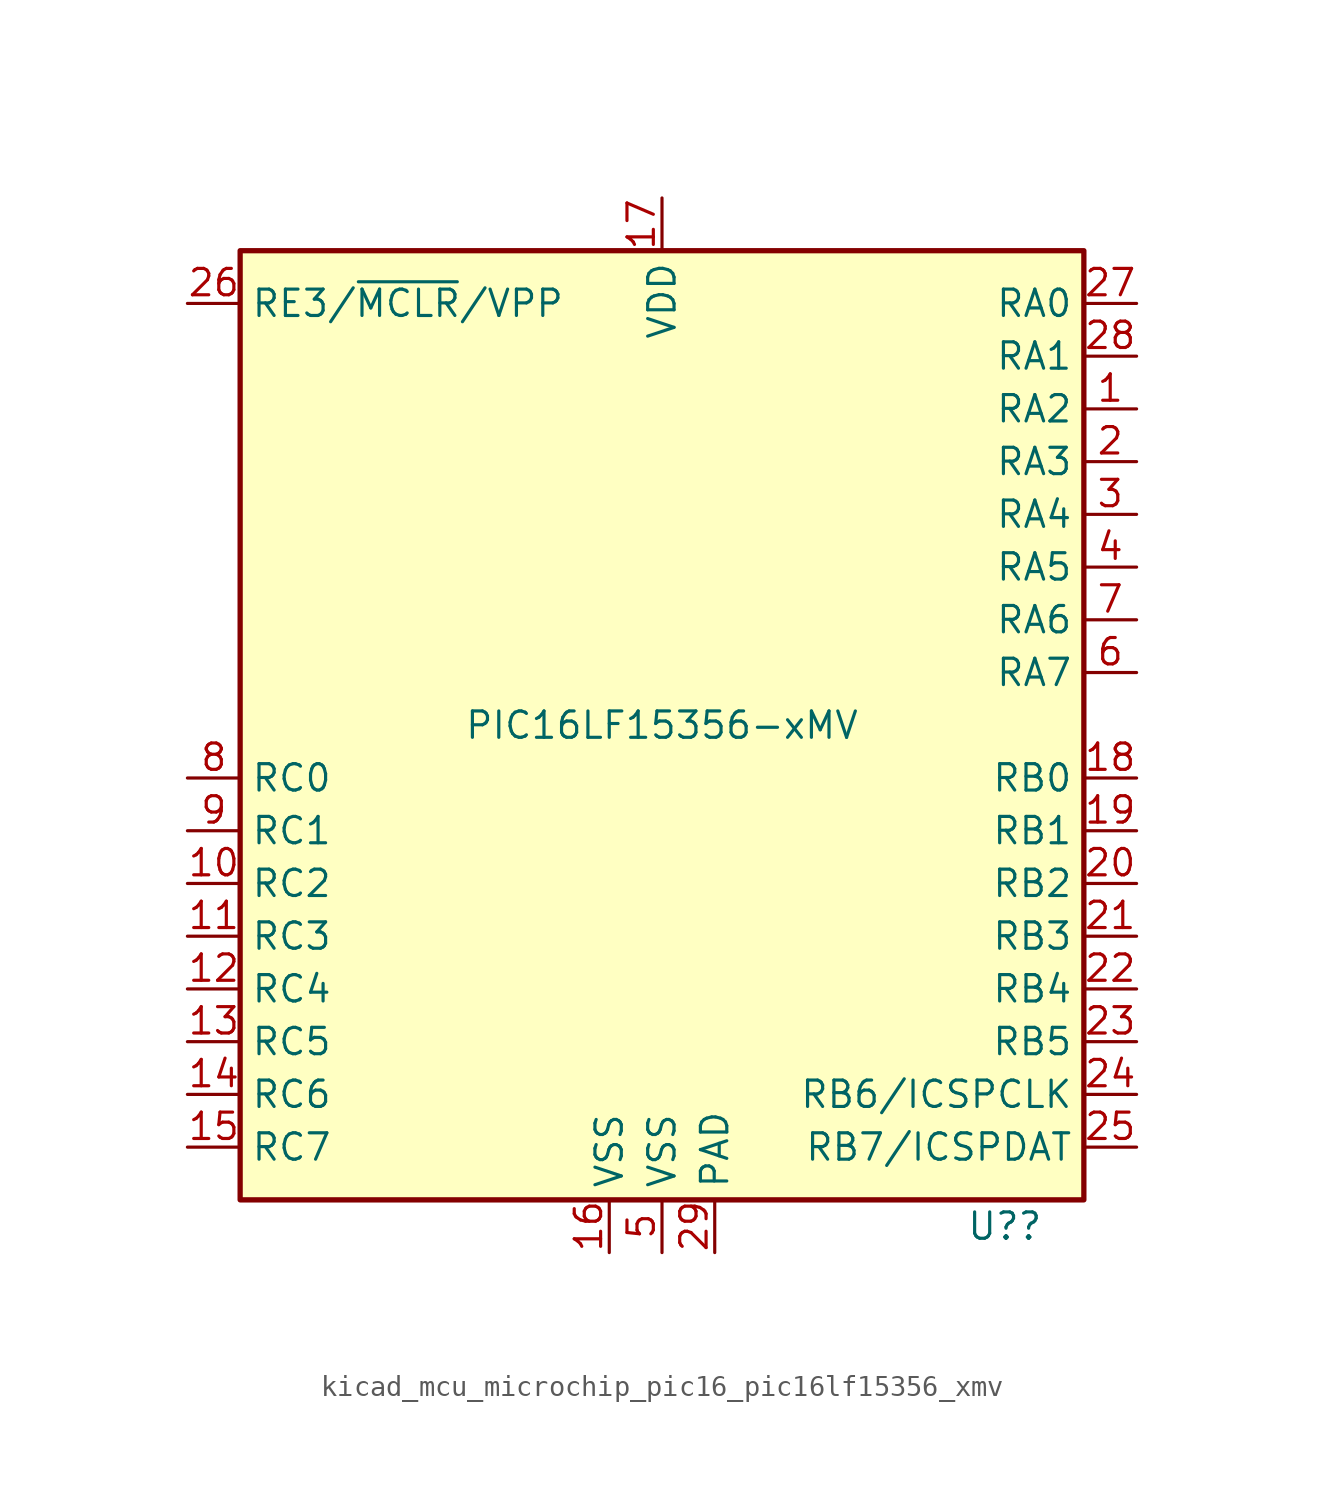
<source format=kicad_sym>
(kicad_symbol_lib
  (version 20220914)
  (generator kicad_symbol_editor)
  (symbol "kicad_mcu_microchip_pic16_pic16lf15356_xmv"
    (property "Reference" "U?"
      (at 16.51 -24.13 0)
      (effects (font (size 1.27 1.27))))
    (property "Value" "PIC16LF15356-xMV"
      (at 0 0 0)
      (effects (font (size 1.27 1.27))))
    (symbol "kicad_mcu_microchip_pic16_pic16lf15356_xmv_0_0"
      (pin power_in line (at 2.54 -25.4 90) (length 2.54) (name "PAD" (effects (font (size 1.27 1.27)))) (number "29" (effects (font (size 1.27 1.27))))))
    (symbol "kicad_mcu_microchip_pic16_pic16lf15356_xmv_0_1"
      (rectangle (start -20.32 -22.86) (end 20.32 22.86) (stroke (width 0.254) (type default)) (fill (type background))))
    (symbol "kicad_mcu_microchip_pic16_pic16lf15356_xmv_1_1"
      (pin bidirectional line (at 22.86 15.24 180) (length 2.54) (name "RA2" (effects (font (size 1.27 1.27)))) (number "1" (effects (font (size 1.27 1.27)))))
      (pin bidirectional line (at -22.86 -7.62 0) (length 2.54) (name "RC2" (effects (font (size 1.27 1.27)))) (number "10" (effects (font (size 1.27 1.27)))))
      (pin bidirectional line (at -22.86 -10.16 0) (length 2.54) (name "RC3" (effects (font (size 1.27 1.27)))) (number "11" (effects (font (size 1.27 1.27)))))
      (pin bidirectional line (at -22.86 -12.7 0) (length 2.54) (name "RC4" (effects (font (size 1.27 1.27)))) (number "12" (effects (font (size 1.27 1.27)))))
      (pin bidirectional line (at -22.86 -15.24 0) (length 2.54) (name "RC5" (effects (font (size 1.27 1.27)))) (number "13" (effects (font (size 1.27 1.27)))))
      (pin bidirectional line (at -22.86 -17.78 0) (length 2.54) (name "RC6" (effects (font (size 1.27 1.27)))) (number "14" (effects (font (size 1.27 1.27)))))
      (pin bidirectional line (at -22.86 -20.32 0) (length 2.54) (name "RC7" (effects (font (size 1.27 1.27)))) (number "15" (effects (font (size 1.27 1.27)))))
      (pin power_in line (at -2.54 -25.4 90) (length 2.54) (name "VSS" (effects (font (size 1.27 1.27)))) (number "16" (effects (font (size 1.27 1.27)))))
      (pin power_in line (at 0 25.4 270) (length 2.54) (name "VDD" (effects (font (size 1.27 1.27)))) (number "17" (effects (font (size 1.27 1.27)))))
      (pin bidirectional line (at 22.86 -2.54 180) (length 2.54) (name "RB0" (effects (font (size 1.27 1.27)))) (number "18" (effects (font (size 1.27 1.27)))))
      (pin bidirectional line (at 22.86 -5.08 180) (length 2.54) (name "RB1" (effects (font (size 1.27 1.27)))) (number "19" (effects (font (size 1.27 1.27)))))
      (pin bidirectional line (at 22.86 12.7 180) (length 2.54) (name "RA3" (effects (font (size 1.27 1.27)))) (number "2" (effects (font (size 1.27 1.27)))))
      (pin bidirectional line (at 22.86 -7.62 180) (length 2.54) (name "RB2" (effects (font (size 1.27 1.27)))) (number "20" (effects (font (size 1.27 1.27)))))
      (pin bidirectional line (at 22.86 -10.16 180) (length 2.54) (name "RB3" (effects (font (size 1.27 1.27)))) (number "21" (effects (font (size 1.27 1.27)))))
      (pin bidirectional line (at 22.86 -12.7 180) (length 2.54) (name "RB4" (effects (font (size 1.27 1.27)))) (number "22" (effects (font (size 1.27 1.27)))))
      (pin bidirectional line (at 22.86 -15.24 180) (length 2.54) (name "RB5" (effects (font (size 1.27 1.27)))) (number "23" (effects (font (size 1.27 1.27)))))
      (pin bidirectional line (at 22.86 -17.78 180) (length 2.54) (name "RB6/ICSPCLK" (effects (font (size 1.27 1.27)))) (number "24" (effects (font (size 1.27 1.27)))))
      (pin bidirectional line (at 22.86 -20.32 180) (length 2.54) (name "RB7/ICSPDAT" (effects (font (size 1.27 1.27)))) (number "25" (effects (font (size 1.27 1.27)))))
      (pin bidirectional line (at -22.86 20.32 0) (length 2.54) (name "RE3/~{MCLR}/VPP" (effects (font (size 1.27 1.27)))) (number "26" (effects (font (size 1.27 1.27)))))
      (pin bidirectional line (at 22.86 20.32 180) (length 2.54) (name "RA0" (effects (font (size 1.27 1.27)))) (number "27" (effects (font (size 1.27 1.27)))))
      (pin bidirectional line (at 22.86 17.78 180) (length 2.54) (name "RA1" (effects (font (size 1.27 1.27)))) (number "28" (effects (font (size 1.27 1.27)))))
      (pin bidirectional line (at 22.86 10.16 180) (length 2.54) (name "RA4" (effects (font (size 1.27 1.27)))) (number "3" (effects (font (size 1.27 1.27)))))
      (pin bidirectional line (at 22.86 7.62 180) (length 2.54) (name "RA5" (effects (font (size 1.27 1.27)))) (number "4" (effects (font (size 1.27 1.27)))))
      (pin power_in line (at 0 -25.4 90) (length 2.54) (name "VSS" (effects (font (size 1.27 1.27)))) (number "5" (effects (font (size 1.27 1.27)))))
      (pin bidirectional line (at 22.86 2.54 180) (length 2.54) (name "RA7" (effects (font (size 1.27 1.27)))) (number "6" (effects (font (size 1.27 1.27)))))
      (pin bidirectional line (at 22.86 5.08 180) (length 2.54) (name "RA6" (effects (font (size 1.27 1.27)))) (number "7" (effects (font (size 1.27 1.27)))))
      (pin bidirectional line (at -22.86 -2.54 0) (length 2.54) (name "RC0" (effects (font (size 1.27 1.27)))) (number "8" (effects (font (size 1.27 1.27)))))
      (pin bidirectional line (at -22.86 -5.08 0) (length 2.54) (name "RC1" (effects (font (size 1.27 1.27)))) (number "9" (effects (font (size 1.27 1.27))))))))
</source>
